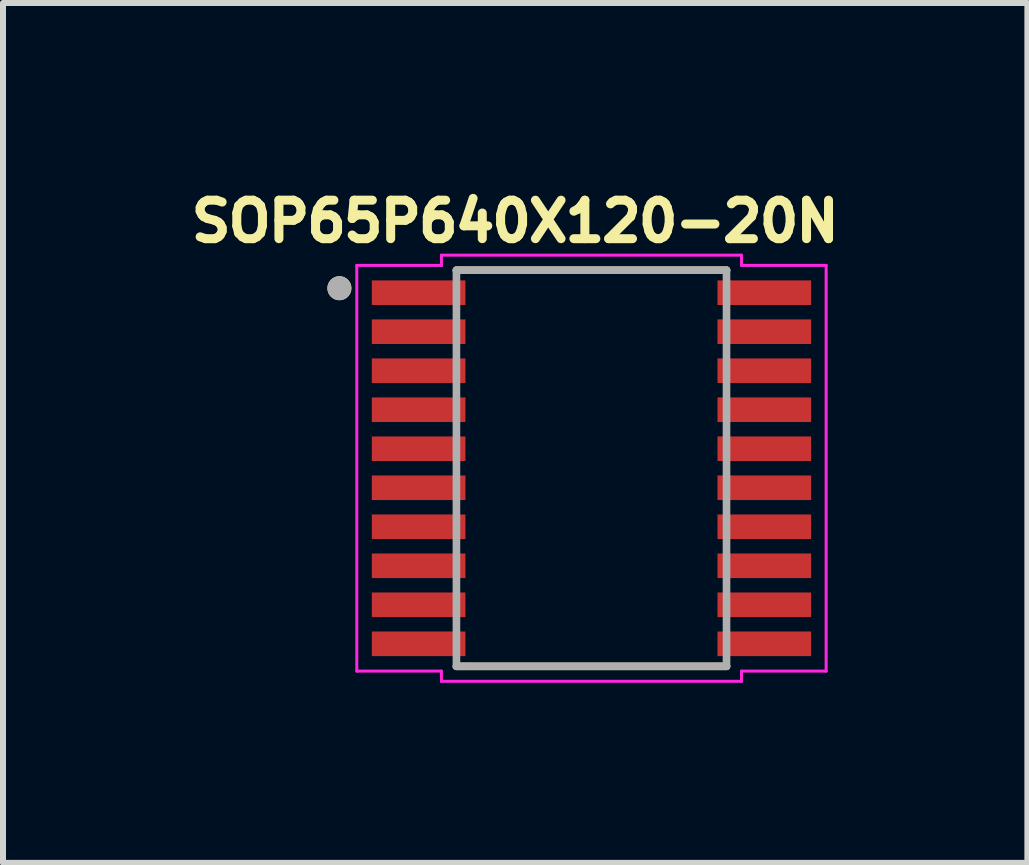
<source format=kicad_pcb>
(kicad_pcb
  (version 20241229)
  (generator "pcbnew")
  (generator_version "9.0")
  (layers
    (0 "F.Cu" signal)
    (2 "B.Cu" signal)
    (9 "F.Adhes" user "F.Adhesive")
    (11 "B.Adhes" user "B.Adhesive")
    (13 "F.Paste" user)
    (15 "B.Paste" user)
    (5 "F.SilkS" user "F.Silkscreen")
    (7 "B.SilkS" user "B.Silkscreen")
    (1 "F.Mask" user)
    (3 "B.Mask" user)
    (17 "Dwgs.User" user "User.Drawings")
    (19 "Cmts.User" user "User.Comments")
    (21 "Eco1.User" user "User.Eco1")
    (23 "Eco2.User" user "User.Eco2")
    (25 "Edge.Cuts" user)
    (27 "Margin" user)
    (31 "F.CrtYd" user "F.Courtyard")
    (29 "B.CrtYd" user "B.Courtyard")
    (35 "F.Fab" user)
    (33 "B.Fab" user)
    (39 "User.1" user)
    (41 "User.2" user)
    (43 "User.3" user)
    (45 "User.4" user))
  (footprint "SOP65P640X120-20N"
    (layer "F.Cu")
    (at 6.805 4.752)
    (property "Reference" "SOP65P640X120-20N" (at -1.27 -4.114 0) (layer "F.SilkS") (effects (font (size 0.641 0.641) (thickness 0.15))))
    (attr through_hole)
    (fp_line (start -2.25 3.3) (end 2.25 3.3) (stroke (width 0.127) (type solid)) (layer "F.SilkS"))
    (fp_line (start 2.25 -3.3) (end -2.25 -3.3) (stroke (width 0.127) (type solid)) (layer "F.SilkS"))
    (fp_circle (center -4.2 -3) (end -4.1 -3) (stroke (width 0.2) (type solid)) (fill no) (layer "F.SilkS"))
    (fp_line (start -3.91 -3.38) (end -2.5 -3.38) (stroke (width 0.05) (type solid)) (layer "F.CrtYd"))
    (fp_line (start -3.91 3.38) (end -3.91 -3.38) (stroke (width 0.05) (type solid)) (layer "F.CrtYd"))
    (fp_line (start -2.5 -3.55) (end 2.5 -3.55) (stroke (width 0.05) (type solid)) (layer "F.CrtYd"))
    (fp_line (start -2.5 -3.38) (end -2.5 -3.55) (stroke (width 0.05) (type solid)) (layer "F.CrtYd"))
    (fp_line (start -2.5 3.38) (end -3.91 3.38) (stroke (width 0.05) (type solid)) (layer "F.CrtYd"))
    (fp_line (start -2.5 3.55) (end -2.5 3.38) (stroke (width 0.05) (type solid)) (layer "F.CrtYd"))
    (fp_line (start 2.5 -3.55) (end 2.5 -3.38) (stroke (width 0.05) (type solid)) (layer "F.CrtYd"))
    (fp_line (start 2.5 -3.38) (end 3.91 -3.38) (stroke (width 0.05) (type solid)) (layer "F.CrtYd"))
    (fp_line (start 2.5 3.38) (end 2.5 3.55) (stroke (width 0.05) (type solid)) (layer "F.CrtYd"))
    (fp_line (start 2.5 3.55) (end -2.5 3.55) (stroke (width 0.05) (type solid)) (layer "F.CrtYd"))
    (fp_line (start 3.91 -3.38) (end 3.91 3.38) (stroke (width 0.05) (type solid)) (layer "F.CrtYd"))
    (fp_line (start 3.91 3.38) (end 2.5 3.38) (stroke (width 0.05) (type solid)) (layer "F.CrtYd"))
    (fp_line (start -2.25 -3.3) (end 2.25 -3.3) (stroke (width 0.127) (type solid)) (layer "F.Fab"))
    (fp_line (start -2.25 3.3) (end -2.25 -3.3) (stroke (width 0.127) (type solid)) (layer "F.Fab"))
    (fp_line (start 2.25 -3.3) (end 2.25 3.3) (stroke (width 0.127) (type solid)) (layer "F.Fab"))
    (fp_line (start 2.25 3.3) (end -2.25 3.3) (stroke (width 0.127) (type solid)) (layer "F.Fab"))
    (fp_circle (center -4.2 -3) (end -4.1 -3) (stroke (width 0.2) (type solid)) (fill no) (layer "F.Fab"))
    (pad "1" smd rect (at -2.88 -2.925) (size 1.56 0.41) (layers "F.Cu" "F.Mask" "F.Paste"))
    (pad "2" smd rect (at -2.88 -2.275) (size 1.56 0.41) (layers "F.Cu" "F.Mask" "F.Paste"))
    (pad "3" smd rect (at -2.88 -1.625) (size 1.56 0.41) (layers "F.Cu" "F.Mask" "F.Paste"))
    (pad "4" smd rect (at -2.88 -0.975) (size 1.56 0.41) (layers "F.Cu" "F.Mask" "F.Paste"))
    (pad "5" smd rect (at -2.88 -0.325) (size 1.56 0.41) (layers "F.Cu" "F.Mask" "F.Paste"))
    (pad "6" smd rect (at -2.88 0.325) (size 1.56 0.41) (layers "F.Cu" "F.Mask" "F.Paste"))
    (pad "7" smd rect (at -2.88 0.975) (size 1.56 0.41) (layers "F.Cu" "F.Mask" "F.Paste"))
    (pad "8" smd rect (at -2.88 1.625) (size 1.56 0.41) (layers "F.Cu" "F.Mask" "F.Paste"))
    (pad "9" smd rect (at -2.88 2.275) (size 1.56 0.41) (layers "F.Cu" "F.Mask" "F.Paste"))
    (pad "10" smd rect (at -2.88 2.925) (size 1.56 0.41) (layers "F.Cu" "F.Mask" "F.Paste"))
    (pad "11" smd rect (at 2.88 2.925) (size 1.56 0.41) (layers "F.Cu" "F.Mask" "F.Paste"))
    (pad "12" smd rect (at 2.88 2.275) (size 1.56 0.41) (layers "F.Cu" "F.Mask" "F.Paste"))
    (pad "13" smd rect (at 2.88 1.625) (size 1.56 0.41) (layers "F.Cu" "F.Mask" "F.Paste"))
    (pad "14" smd rect (at 2.88 0.975) (size 1.56 0.41) (layers "F.Cu" "F.Mask" "F.Paste"))
    (pad "15" smd rect (at 2.88 0.325) (size 1.56 0.41) (layers "F.Cu" "F.Mask" "F.Paste"))
    (pad "16" smd rect (at 2.88 -0.325) (size 1.56 0.41) (layers "F.Cu" "F.Mask" "F.Paste"))
    (pad "17" smd rect (at 2.88 -0.975) (size 1.56 0.41) (layers "F.Cu" "F.Mask" "F.Paste"))
    (pad "18" smd rect (at 2.88 -1.625) (size 1.56 0.41) (layers "F.Cu" "F.Mask" "F.Paste"))
    (pad "19" smd rect (at 2.88 -2.275) (size 1.56 0.41) (layers "F.Cu" "F.Mask" "F.Paste"))
    (pad "20" smd rect (at 2.88 -2.925) (size 1.56 0.41) (layers "F.Cu" "F.Mask" "F.Paste")))
  (gr_rect
    (start -3 -3)
    (end 14.068 11.327)
    (stroke (width 0.1) (type default))
    (fill no)
    (layer "Edge.Cuts")))
</source>
